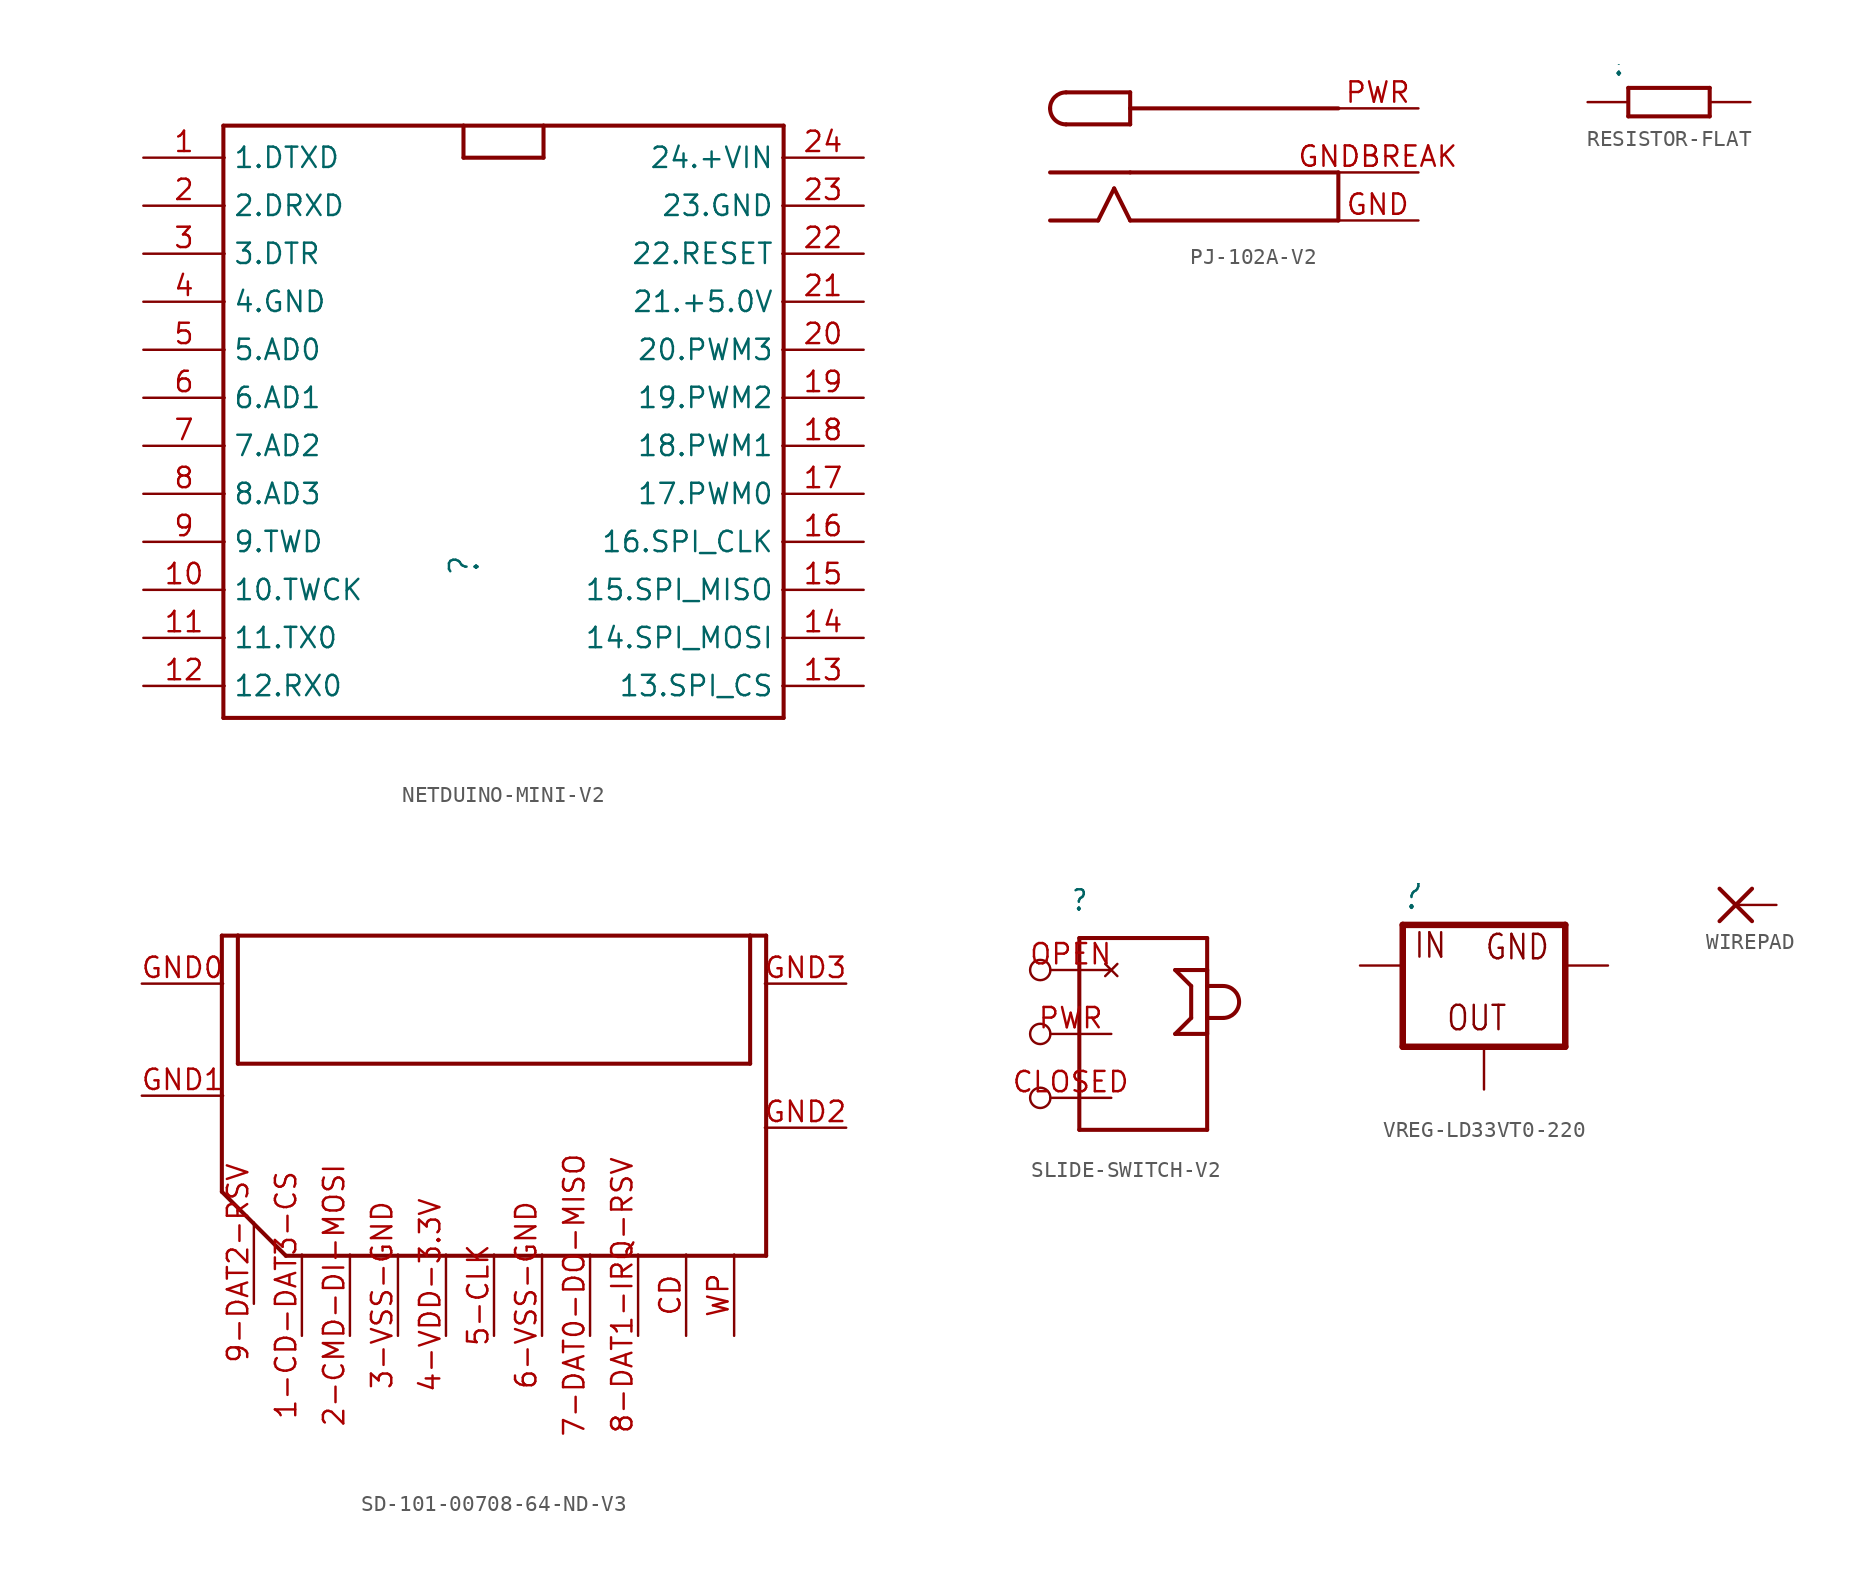
<source format=kicad_sym>
(kicad_symbol_lib
  (version 20211014)
  (generator kicad_symbol_editor)
  (symbol "NETDUINO-MINI-V2"
    (property "Reference" ""
      (at -0.905 -10.225 90)
      (effects (font (size 1.778 1.511)) (justify left bottom)))
    (property "ki_locked" ""
      (at 0 0 0)
      (effects (font (size 1.27 1.27))))
    (symbol "NETDUINO-MINI-V2_1_0"
      (polyline (pts (xy -17 -19) (xy -17 18)) (stroke (width 0.254) (type default) (color 0 0 0 0)) (fill (type none)))
      (polyline (pts (xy -17 18) (xy -2 18)) (stroke (width 0.254) (type default) (color 0 0 0 0)) (fill (type none)))
      (polyline (pts (xy -2 16) (xy -2 18)) (stroke (width 0.254) (type default) (color 0 0 0 0)) (fill (type none)))
      (polyline (pts (xy -2 18) (xy 3 18)) (stroke (width 0.254) (type default) (color 0 0 0 0)) (fill (type none)))
      (polyline (pts (xy 3 16) (xy -2 16)) (stroke (width 0.254) (type default) (color 0 0 0 0)) (fill (type none)))
      (polyline (pts (xy 3 18) (xy 3 16)) (stroke (width 0.254) (type default) (color 0 0 0 0)) (fill (type none)))
      (polyline (pts (xy 3 18) (xy 18 18)) (stroke (width 0.254) (type default) (color 0 0 0 0)) (fill (type none)))
      (polyline (pts (xy 18 -19) (xy -17 -19)) (stroke (width 0.254) (type default) (color 0 0 0 0)) (fill (type none)))
      (polyline (pts (xy 18 18) (xy 18 -19)) (stroke (width 0.254) (type default) (color 0 0 0 0)) (fill (type none)))
      (pin output line (at -22 16 0) (length 5.08) (name "1.DTXD" (effects (font (size 1.27 1.27)))) (number "1" (effects (font (size 1.27 1.27)))))
      (pin bidirectional line (at -22 -11 0) (length 5.08) (name "10.TWCK" (effects (font (size 1.27 1.27)))) (number "10" (effects (font (size 1.27 1.27)))))
      (pin bidirectional line (at -22 -14 0) (length 5.08) (name "11.TX0" (effects (font (size 1.27 1.27)))) (number "11" (effects (font (size 1.27 1.27)))))
      (pin bidirectional line (at -22 -17 0) (length 5.08) (name "12.RX0" (effects (font (size 1.27 1.27)))) (number "12" (effects (font (size 1.27 1.27)))))
      (pin bidirectional line (at 23 -17 180) (length 5.08) (name "13.SPI_CS" (effects (font (size 1.27 1.27)))) (number "13" (effects (font (size 1.27 1.27)))))
      (pin bidirectional line (at 23 -14 180) (length 5.08) (name "14.SPI_MOSI" (effects (font (size 1.27 1.27)))) (number "14" (effects (font (size 1.27 1.27)))))
      (pin bidirectional line (at 23 -11 180) (length 5.08) (name "15.SPI_MISO" (effects (font (size 1.27 1.27)))) (number "15" (effects (font (size 1.27 1.27)))))
      (pin bidirectional line (at 23 -8 180) (length 5.08) (name "16.SPI_CLK" (effects (font (size 1.27 1.27)))) (number "16" (effects (font (size 1.27 1.27)))))
      (pin bidirectional line (at 23 -5 180) (length 5.08) (name "17.PWM0" (effects (font (size 1.27 1.27)))) (number "17" (effects (font (size 1.27 1.27)))))
      (pin bidirectional line (at 23 -2 180) (length 5.08) (name "18.PWM1" (effects (font (size 1.27 1.27)))) (number "18" (effects (font (size 1.27 1.27)))))
      (pin bidirectional line (at 23 1 180) (length 5.08) (name "19.PWM2" (effects (font (size 1.27 1.27)))) (number "19" (effects (font (size 1.27 1.27)))))
      (pin input line (at -22 13 0) (length 5.08) (name "2.DRXD" (effects (font (size 1.27 1.27)))) (number "2" (effects (font (size 1.27 1.27)))))
      (pin bidirectional line (at 23 4 180) (length 5.08) (name "20.PWM3" (effects (font (size 1.27 1.27)))) (number "20" (effects (font (size 1.27 1.27)))))
      (pin power_in line (at 23 7 180) (length 5.08) (name "21.+5.0V" (effects (font (size 1.27 1.27)))) (number "21" (effects (font (size 1.27 1.27)))))
      (pin input line (at 23 10 180) (length 5.08) (name "22.RESET" (effects (font (size 1.27 1.27)))) (number "22" (effects (font (size 1.27 1.27)))))
      (pin passive line (at 23 13 180) (length 5.08) (name "23.GND" (effects (font (size 1.27 1.27)))) (number "23" (effects (font (size 1.27 1.27)))))
      (pin power_in line (at 23 16 180) (length 5.08) (name "24.+VIN" (effects (font (size 1.27 1.27)))) (number "24" (effects (font (size 1.27 1.27)))))
      (pin input line (at -22 10 0) (length 5.08) (name "3.DTR" (effects (font (size 1.27 1.27)))) (number "3" (effects (font (size 1.27 1.27)))))
      (pin passive line (at -22 7 0) (length 5.08) (name "4.GND" (effects (font (size 1.27 1.27)))) (number "4" (effects (font (size 1.27 1.27)))))
      (pin bidirectional line (at -22 4 0) (length 5.08) (name "5.AD0" (effects (font (size 1.27 1.27)))) (number "5" (effects (font (size 1.27 1.27)))))
      (pin bidirectional line (at -22 1 0) (length 5.08) (name "6.AD1" (effects (font (size 1.27 1.27)))) (number "6" (effects (font (size 1.27 1.27)))))
      (pin bidirectional line (at -22 -2 0) (length 5.08) (name "7.AD2" (effects (font (size 1.27 1.27)))) (number "7" (effects (font (size 1.27 1.27)))))
      (pin bidirectional line (at -22 -5 0) (length 5.08) (name "8.AD3" (effects (font (size 1.27 1.27)))) (number "8" (effects (font (size 1.27 1.27)))))
      (pin bidirectional line (at -22 -8 0) (length 5.08) (name "9.TWD" (effects (font (size 1.27 1.27)))) (number "9" (effects (font (size 1.27 1.27)))))))
  (symbol "PJ-102A-V2"
    (property "Reference" ""
      (at 0 0 0)
      (effects (font (size 1.27 1.27)) hide))
    (property "ki_locked" ""
      (at 0 0 0)
      (effects (font (size 1.27 1.27))))
    (symbol "PJ-102A-V2_1_0"
      (arc (start -8 4) (mid -7.7071 3.2929) (end -7 3) (stroke (width 0.254) (type default) (color 0 0 0 0)) (fill (type none)))
      (arc (start -7 5) (mid -7.7071 4.7071) (end -8 4) (stroke (width 0.254) (type default) (color 0 0 0 0)) (fill (type none)))
      (polyline (pts (xy -8 0) (xy -3 0)) (stroke (width 0.254) (type default) (color 0 0 0 0)) (fill (type none)))
      (polyline (pts (xy -7 5) (xy -3 5)) (stroke (width 0.254) (type default) (color 0 0 0 0)) (fill (type none)))
      (polyline (pts (xy -5 -3) (xy -8 -3)) (stroke (width 0.254) (type default) (color 0 0 0 0)) (fill (type none)))
      (polyline (pts (xy -4 -1) (xy -5 -3)) (stroke (width 0.254) (type default) (color 0 0 0 0)) (fill (type none)))
      (polyline (pts (xy -3 -3) (xy -4 -1)) (stroke (width 0.254) (type default) (color 0 0 0 0)) (fill (type none)))
      (polyline (pts (xy -3 -3) (xy 10 -3)) (stroke (width 0.254) (type default) (color 0 0 0 0)) (fill (type none)))
      (polyline (pts (xy -3 0) (xy 10 0)) (stroke (width 0.254) (type default) (color 0 0 0 0)) (fill (type none)))
      (polyline (pts (xy -3 3) (xy -7 3)) (stroke (width 0.254) (type default) (color 0 0 0 0)) (fill (type none)))
      (polyline (pts (xy -3 4) (xy -3 3)) (stroke (width 0.254) (type default) (color 0 0 0 0)) (fill (type none)))
      (polyline (pts (xy -3 4) (xy 10 4)) (stroke (width 0.254) (type default) (color 0 0 0 0)) (fill (type none)))
      (polyline (pts (xy -3 5) (xy -3 4)) (stroke (width 0.254) (type default) (color 0 0 0 0)) (fill (type none)))
      (polyline (pts (xy 10 0) (xy 10 -3)) (stroke (width 0.254) (type default) (color 0 0 0 0)) (fill (type none)))
      (pin passive line (at 15 -3 180) (length 5.08) (name "GND" (effects (font (size 0 0)))) (number "GND" (effects (font (size 1.27 1.27)))))
      (pin passive line (at 15 0 180) (length 5.08) (name "GNDBREAK" (effects (font (size 0 0)))) (number "GNDBREAK" (effects (font (size 1.27 1.27)))))
      (pin power_in line (at 15 4 180) (length 5.08) (name "PWR" (effects (font (size 0 0)))) (number "PWR" (effects (font (size 1.27 1.27)))))))
  (symbol "RESISTOR-FLAT"
    (property "Reference" ""
      (at -3.81 1.499 0)
      (effects (font (size 1.778 1.511)) (justify left bottom)))
    (property "ki_locked" ""
      (at 0 0 0)
      (effects (font (size 1.27 1.27))))
    (symbol "RESISTOR-FLAT_1_0"
      (polyline (pts (xy -2.54 -0.889) (xy -2.54 0.889)) (stroke (width 0.254) (type default) (color 0 0 0 0)) (fill (type none)))
      (polyline (pts (xy -2.54 -0.889) (xy 2.54 -0.889)) (stroke (width 0.254) (type default) (color 0 0 0 0)) (fill (type none)))
      (polyline (pts (xy 2.54 -0.889) (xy 2.54 0.889)) (stroke (width 0.254) (type default) (color 0 0 0 0)) (fill (type none)))
      (polyline (pts (xy 2.54 0.889) (xy -2.54 0.889)) (stroke (width 0.254) (type default) (color 0 0 0 0)) (fill (type none)))
      (pin passive line (at -5.08 0 0) (length 2.54) (name "1" (effects (font (size 0 0)))) (number "1" (effects (font (size 0 0)))))
      (pin passive line (at 5.08 0 180) (length 2.54) (name "2" (effects (font (size 0 0)))) (number "2" (effects (font (size 0 0)))))))
  (symbol "SD-101-00708-64-ND-V3"
    (property "Reference" ""
      (at 0 0 0)
      (effects (font (size 1.27 1.27)) hide))
    (property "ki_locked" ""
      (at 0 0 0)
      (effects (font (size 1.27 1.27))))
    (symbol "SD-101-00708-64-ND-V3_1_0"
      (polyline (pts (xy -15 -6) (xy -15 10)) (stroke (width 0.254) (type default) (color 0 0 0 0)) (fill (type none)))
      (polyline (pts (xy -15 -6) (xy -11 -10)) (stroke (width 0.254) (type default) (color 0 0 0 0)) (fill (type none)))
      (polyline (pts (xy -15 10) (xy -14 10)) (stroke (width 0.254) (type default) (color 0 0 0 0)) (fill (type none)))
      (polyline (pts (xy -14 2) (xy 18 2)) (stroke (width 0.254) (type default) (color 0 0 0 0)) (fill (type none)))
      (polyline (pts (xy -14 10) (xy -14 2)) (stroke (width 0.254) (type default) (color 0 0 0 0)) (fill (type none)))
      (polyline (pts (xy -14 10) (xy 18 10)) (stroke (width 0.254) (type default) (color 0 0 0 0)) (fill (type none)))
      (polyline (pts (xy 18 2) (xy 18 10)) (stroke (width 0.254) (type default) (color 0 0 0 0)) (fill (type none)))
      (polyline (pts (xy 18 10) (xy 19 10)) (stroke (width 0.254) (type default) (color 0 0 0 0)) (fill (type none)))
      (polyline (pts (xy 19 -10) (xy -11 -10)) (stroke (width 0.254) (type default) (color 0 0 0 0)) (fill (type none)))
      (polyline (pts (xy 19 10) (xy 19 -10)) (stroke (width 0.254) (type default) (color 0 0 0 0)) (fill (type none)))
      (pin bidirectional line (at -10 -15 90) (length 5.08) (name "P$1" (effects (font (size 0 0)))) (number "1-CD-DAT3-CS" (effects (font (size 1.27 1.27)))))
      (pin bidirectional line (at -7 -15 90) (length 5.08) (name "P$2" (effects (font (size 0 0)))) (number "2-CMD-DI-MOSI" (effects (font (size 1.27 1.27)))))
      (pin passive line (at -4 -15 90) (length 5.08) (name "P$3" (effects (font (size 0 0)))) (number "3-VSS-GND" (effects (font (size 1.27 1.27)))))
      (pin power_in line (at -1 -15 90) (length 5.08) (name "P$4" (effects (font (size 0 0)))) (number "4-VDD-3.3V" (effects (font (size 1.27 1.27)))))
      (pin bidirectional line (at 2 -15 90) (length 5.08) (name "P$5" (effects (font (size 0 0)))) (number "5-CLK" (effects (font (size 1.27 1.27)))))
      (pin passive line (at 5 -15 90) (length 5.08) (name "P$6" (effects (font (size 0 0)))) (number "6-VSS-GND" (effects (font (size 1.27 1.27)))))
      (pin bidirectional line (at 8 -15 90) (length 5.08) (name "P$7" (effects (font (size 0 0)))) (number "7-DAT0-DO-MISO" (effects (font (size 1.27 1.27)))))
      (pin bidirectional line (at 11 -15 90) (length 5.08) (name "P$8" (effects (font (size 0 0)))) (number "8-DAT1-IRQ-RSV" (effects (font (size 1.27 1.27)))))
      (pin bidirectional line (at -13 -13 90) (length 5.08) (name "P$9" (effects (font (size 0 0)))) (number "9-DAT2-RSV" (effects (font (size 1.27 1.27)))))
      (pin passive line (at 14 -15 90) (length 5.08) (name "CD" (effects (font (size 0 0)))) (number "CD" (effects (font (size 1.27 1.27)))))
      (pin passive line (at -20 7 0) (length 5.08) (name "GND-0" (effects (font (size 0 0)))) (number "GND0" (effects (font (size 1.27 1.27)))))
      (pin passive line (at -20 0 0) (length 5.08) (name "GND-1" (effects (font (size 0 0)))) (number "GND1" (effects (font (size 1.27 1.27)))))
      (pin passive line (at 24 -2 180) (length 5.08) (name "GND-2" (effects (font (size 0 0)))) (number "GND2" (effects (font (size 1.27 1.27)))))
      (pin passive line (at 24 7 180) (length 5.08) (name "GND-3" (effects (font (size 0 0)))) (number "GND3" (effects (font (size 1.27 1.27)))))
      (pin passive line (at 17 -15 90) (length 5.08) (name "WP" (effects (font (size 0 0)))) (number "WP" (effects (font (size 1.27 1.27)))))))
  (symbol "SLIDE-SWITCH-V2"
    (property "Reference" ""
      (at -2.54 7.62 0)
      (effects (font (size 1.27 1.079)) (justify left bottom)))
    (property "ki_locked" ""
      (at 0 0 0)
      (effects (font (size 1.27 1.27))))
    (symbol "SLIDE-SWITCH-V2_1_0"
      (polyline (pts (xy -2 -6) (xy -2 6)) (stroke (width 0.254) (type default) (color 0 0 0 0)) (fill (type none)))
      (polyline (pts (xy -2 6) (xy 6 6)) (stroke (width 0.254) (type default) (color 0 0 0 0)) (fill (type none)))
      (polyline (pts (xy 4 4) (xy 5 3)) (stroke (width 0.254) (type default) (color 0 0 0 0)) (fill (type none)))
      (polyline (pts (xy 4 4) (xy 6 4)) (stroke (width 0.254) (type default) (color 0 0 0 0)) (fill (type none)))
      (polyline (pts (xy 5 1) (xy 4 0)) (stroke (width 0.254) (type default) (color 0 0 0 0)) (fill (type none)))
      (polyline (pts (xy 5 3) (xy 5 1)) (stroke (width 0.254) (type default) (color 0 0 0 0)) (fill (type none)))
      (polyline (pts (xy 6 -6) (xy -2 -6)) (stroke (width 0.254) (type default) (color 0 0 0 0)) (fill (type none)))
      (polyline (pts (xy 6 0) (xy 4 0)) (stroke (width 0.254) (type default) (color 0 0 0 0)) (fill (type none)))
      (polyline (pts (xy 6 1) (xy 6 0)) (stroke (width 0.254) (type default) (color 0 0 0 0)) (fill (type none)))
      (polyline (pts (xy 6 3) (xy 6 1)) (stroke (width 0.254) (type default) (color 0 0 0 0)) (fill (type none)))
      (polyline (pts (xy 6 3) (xy 7 3)) (stroke (width 0.254) (type default) (color 0 0 0 0)) (fill (type none)))
      (polyline (pts (xy 6 4) (xy 6 3)) (stroke (width 0.254) (type default) (color 0 0 0 0)) (fill (type none)))
      (polyline (pts (xy 6 6) (xy 6 -6)) (stroke (width 0.254) (type default) (color 0 0 0 0)) (fill (type none)))
      (polyline (pts (xy 7 1) (xy 6 1)) (stroke (width 0.254) (type default) (color 0 0 0 0)) (fill (type none)))
      (arc (start 7 1) (mid 8 2) (end 7 3) (stroke (width 0.254) (type default) (color 0 0 0 0)) (fill (type none)))
      (pin power_in inverted (at 0 -4 180) (length 5.08) (name "CLOSED" (effects (font (size 0 0)))) (number "CLOSED" (effects (font (size 1.27 1.27)))))
      (pin no_connect inverted (at 0 4 180) (length 5.08) (name "OPEN" (effects (font (size 0 0)))) (number "OPEN" (effects (font (size 1.27 1.27)))))
      (pin power_in inverted (at 0 0 180) (length 5.08) (name "PWR" (effects (font (size 0 0)))) (number "PWR" (effects (font (size 1.27 1.27)))))))
  (symbol "VREG-LD33VT0-220"
    (property "Reference" ""
      (at -5.21 3.38 0)
      (effects (font (size 1.778 1.511)) (justify left bottom)))
    (property "ki_locked" ""
      (at 0 0 0)
      (effects (font (size 1.27 1.27))))
    (symbol "VREG-LD33VT0-220_1_0"
      (polyline (pts (xy -5.08 -5.08) (xy 5.08 -5.08)) (stroke (width 0.406) (type default) (color 0 0 0 0)) (fill (type none)))
      (polyline (pts (xy -5.08 2.54) (xy -5.08 -5.08)) (stroke (width 0.406) (type default) (color 0 0 0 0)) (fill (type none)))
      (polyline (pts (xy 5.08 -5.08) (xy 5.08 2.54)) (stroke (width 0.406) (type default) (color 0 0 0 0)) (fill (type none)))
      (polyline (pts (xy 5.08 2.54) (xy -5.08 2.54)) (stroke (width 0.406) (type default) (color 0 0 0 0)) (fill (type none)))
      (text "GND" (at 0.008 0.262 0) (effects (font (size 1.524 1.295)) (justify left bottom)))
      (text "IN" (at -4.445 0.365 0) (effects (font (size 1.524 1.295)) (justify left bottom)))
      (text "OUT" (at -2.405 -4.175 0) (effects (font (size 1.524 1.295)) (justify left bottom)))
      (pin passive line (at 7.75 0 180) (length 2.54) (name "GND" (effects (font (size 0 0)))) (number "GND" (effects (font (size 0 0)))))
      (pin power_in line (at -7.75 0 0) (length 2.54) (name "IN" (effects (font (size 0 0)))) (number "VIN" (effects (font (size 0 0)))))
      (pin power_in line (at 0 -7.75 90) (length 2.54) (name "OUT" (effects (font (size 0 0)))) (number "VOUT" (effects (font (size 0 0)))))))
  (symbol "WIREPAD"
    (property "Reference" ""
      (at 0 0 0)
      (effects (font (size 1.27 1.27)) hide))
    (property "ki_locked" ""
      (at 0 0 0)
      (effects (font (size 1.27 1.27))))
    (symbol "WIREPAD_1_0"
      (polyline (pts (xy -1.016 -1.016) (xy 1.016 1.016)) (stroke (width 0.254) (type default) (color 0 0 0 0)) (fill (type none)))
      (polyline (pts (xy -1.016 1.016) (xy 1.016 -1.016)) (stroke (width 0.254) (type default) (color 0 0 0 0)) (fill (type none)))
      (pin passive line (at 2.54 0 180) (length 2.54) (name "P" (effects (font (size 0 0)))) (number "P$1" (effects (font (size 0 0))))))))
</source>
